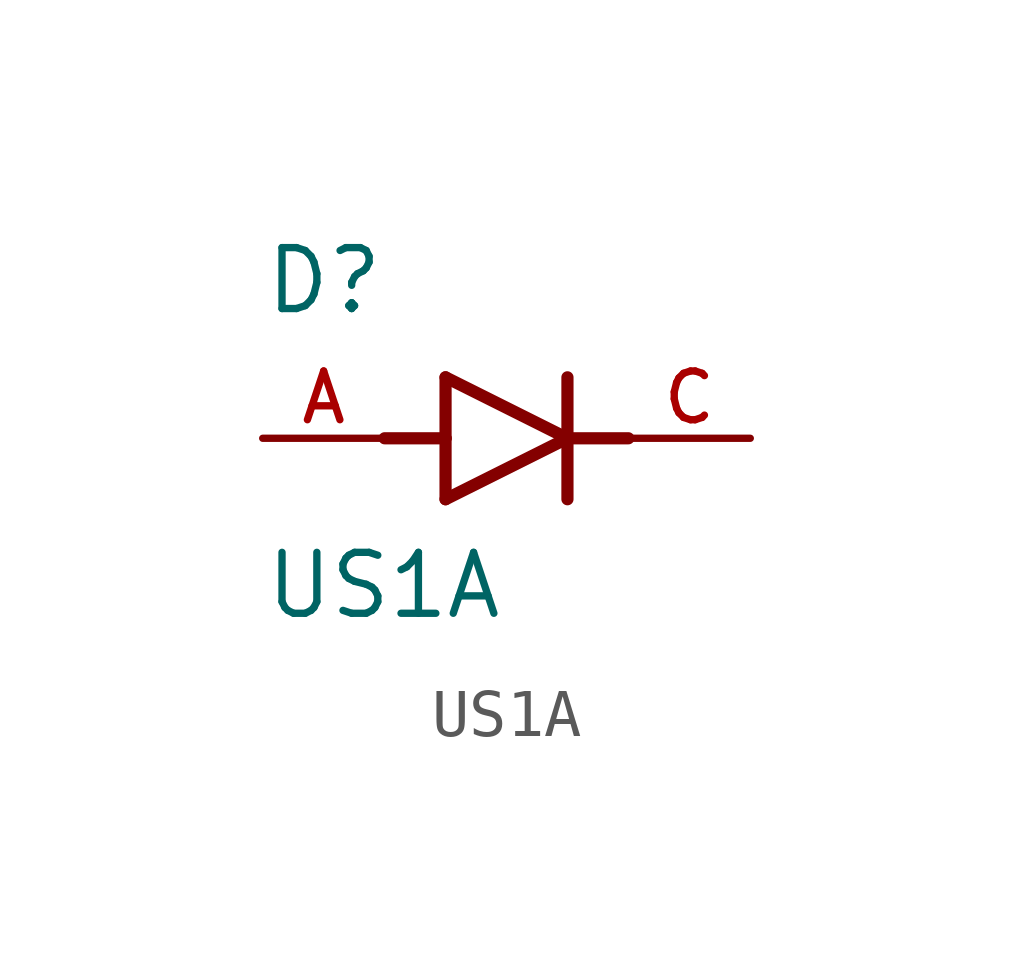
<source format=kicad_sym>
(kicad_symbol_lib
  (version 20211014)
  (generator kicad_symbol_editor)
  (symbol "US1A"
    (pin_names
      (offset 1.016))
    (property "Reference" "D"
      (at -5.08 2.54 0)
      (effects (font (size 1.27 1.27)) (justify bottom left)))
    (property "Value" "US1A"
      (at -5.08 -3.81 0)
      (effects (font (size 1.27 1.27)) (justify bottom left)))
    (symbol "US1A_0_0"
      (polyline (pts (xy -1.27 -1.27) (xy 1.27 0.0)) (stroke (width 0.254)))
      (polyline (pts (xy 1.27 0.0) (xy -1.27 1.27)) (stroke (width 0.254)))
      (polyline (pts (xy 1.27 1.27) (xy 1.27 0.0)) (stroke (width 0.254)))
      (polyline (pts (xy -1.27 1.27) (xy -1.27 0.0)) (stroke (width 0.254)))
      (polyline (pts (xy -1.27 0.0) (xy -1.27 -1.27)) (stroke (width 0.254)))
      (polyline (pts (xy 1.27 0.0) (xy 1.27 -1.27)) (stroke (width 0.254)))
      (polyline (pts (xy -2.54 0.0) (xy -1.27 0.0)) (stroke (width 0.254)))
      (polyline (pts (xy 1.27 0.0) (xy 2.54 0.0)) (stroke (width 0.254)))
      (pin passive line (at 5.08 0.0 180.0) (length 2.54) (name "~" (effects (font (size 1.016 1.016)))) (number "C" (effects (font (size 1.016 1.016)))))
      (pin passive line (at -5.08 0.0 0) (length 2.54) (name "~" (effects (font (size 1.016 1.016)))) (number "A" (effects (font (size 1.016 1.016))))))))
</source>
